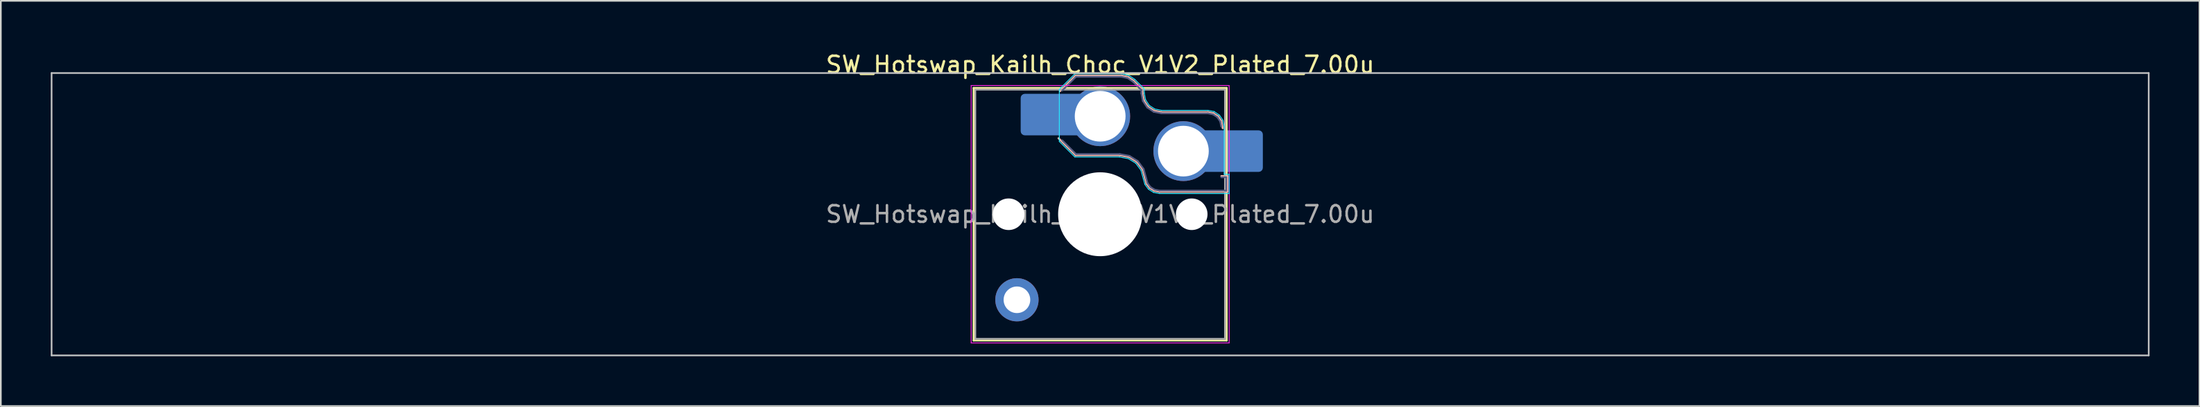
<source format=kicad_pcb>
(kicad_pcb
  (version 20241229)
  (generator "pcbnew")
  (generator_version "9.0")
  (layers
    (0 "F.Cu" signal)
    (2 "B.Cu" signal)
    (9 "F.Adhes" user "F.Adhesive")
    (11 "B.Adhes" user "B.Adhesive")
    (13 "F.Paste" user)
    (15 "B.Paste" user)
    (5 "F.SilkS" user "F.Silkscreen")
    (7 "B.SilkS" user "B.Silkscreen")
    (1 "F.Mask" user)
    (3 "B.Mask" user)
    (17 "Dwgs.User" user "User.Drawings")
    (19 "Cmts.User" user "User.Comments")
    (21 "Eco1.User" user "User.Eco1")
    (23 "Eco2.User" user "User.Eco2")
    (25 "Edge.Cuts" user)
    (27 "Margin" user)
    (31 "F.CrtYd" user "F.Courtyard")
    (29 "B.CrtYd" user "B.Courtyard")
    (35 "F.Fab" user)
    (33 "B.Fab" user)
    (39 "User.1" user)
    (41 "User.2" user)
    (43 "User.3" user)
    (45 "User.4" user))
  (footprint "SW_Hotswap_Kailh_Choc_V1V2_Plated_7.00u"
    (layer "F.Cu")
    (at 63.05 9.848)
    (property "Reference" "SW_Hotswap_Kailh_Choc_V1V2_Plated_7.00u" (at 0 -9 0) (layer "F.SilkS") (effects (font (size 1 1) (thickness 0.15))))
    (attr smd)
    (fp_line (start -7.6 -7.6) (end -7.6 7.6) (stroke (width 0.12) (type solid)) (layer "F.SilkS"))
    (fp_line (start -7.6 7.6) (end 7.6 7.6) (stroke (width 0.12) (type solid)) (layer "F.SilkS"))
    (fp_line (start 7.6 -7.6) (end -7.6 -7.6) (stroke (width 0.12) (type solid)) (layer "F.SilkS"))
    (fp_line (start 7.6 7.6) (end 7.6 -7.6) (stroke (width 0.12) (type solid)) (layer "F.SilkS"))
    (fp_line (start -2.416 -7.409) (end -1.479 -8.346) (stroke (width 0.12) (type solid)) (layer "B.SilkS"))
    (fp_line (start -1.479 -8.346) (end 1.268 -8.346) (stroke (width 0.12) (type solid)) (layer "B.SilkS"))
    (fp_line (start -1.479 -3.554) (end -2.5 -4.575) (stroke (width 0.12) (type solid)) (layer "B.SilkS"))
    (fp_line (start 1.168 -3.554) (end -1.479 -3.554) (stroke (width 0.12) (type solid)) (layer "B.SilkS"))
    (fp_line (start 1.268 -8.346) (end 1.671 -8.266) (stroke (width 0.12) (type solid)) (layer "B.SilkS"))
    (fp_line (start 1.671 -8.266) (end 2.013 -8.037) (stroke (width 0.12) (type solid)) (layer "B.SilkS"))
    (fp_line (start 1.73 -3.449) (end 1.168 -3.554) (stroke (width 0.12) (type solid)) (layer "B.SilkS"))
    (fp_line (start 2.013 -8.037) (end 2.546 -7.504) (stroke (width 0.12) (type solid)) (layer "B.SilkS"))
    (fp_line (start 2.209 -3.15) (end 1.73 -3.449) (stroke (width 0.12) (type solid)) (layer "B.SilkS"))
    (fp_line (start 2.546 -7.504) (end 2.546 -7.282) (stroke (width 0.12) (type solid)) (layer "B.SilkS"))
    (fp_line (start 2.546 -7.282) (end 2.633 -6.844) (stroke (width 0.12) (type solid)) (layer "B.SilkS"))
    (fp_line (start 2.547 -2.697) (end 2.209 -3.15) (stroke (width 0.12) (type solid)) (layer "B.SilkS"))
    (fp_line (start 2.633 -6.844) (end 2.877 -6.477) (stroke (width 0.12) (type solid)) (layer "B.SilkS"))
    (fp_line (start 2.701 -2.139) (end 2.547 -2.697) (stroke (width 0.12) (type solid)) (layer "B.SilkS"))
    (fp_line (start 2.783 -1.841) (end 2.701 -2.139) (stroke (width 0.12) (type solid)) (layer "B.SilkS"))
    (fp_line (start 2.877 -6.477) (end 3.244 -6.233) (stroke (width 0.12) (type solid)) (layer "B.SilkS"))
    (fp_line (start 2.976 -1.583) (end 2.783 -1.841) (stroke (width 0.12) (type solid)) (layer "B.SilkS"))
    (fp_line (start 3.244 -6.233) (end 3.682 -6.146) (stroke (width 0.12) (type solid)) (layer "B.SilkS"))
    (fp_line (start 3.25 -1.413) (end 2.976 -1.583) (stroke (width 0.12) (type solid)) (layer "B.SilkS"))
    (fp_line (start 3.56 -1.354) (end 3.25 -1.413) (stroke (width 0.12) (type solid)) (layer "B.SilkS"))
    (fp_line (start 3.682 -6.146) (end 6.482 -6.146) (stroke (width 0.12) (type solid)) (layer "B.SilkS"))
    (fp_line (start 6.482 -6.146) (end 6.809 -6.081) (stroke (width 0.12) (type solid)) (layer "B.SilkS"))
    (fp_line (start 6.809 -6.081) (end 7.092 -5.892) (stroke (width 0.12) (type solid)) (layer "B.SilkS"))
    (fp_line (start 7.092 -5.892) (end 7.281 -5.609) (stroke (width 0.12) (type solid)) (layer "B.SilkS"))
    (fp_line (start 7.281 -5.609) (end 7.366 -5.182) (stroke (width 0.12) (type solid)) (layer "B.SilkS"))
    (fp_line (start 7.283 -2.296) (end 7.646 -2.296) (stroke (width 0.12) (type solid)) (layer "B.SilkS"))
    (fp_line (start 7.646 -2.296) (end 7.646 -1.354) (stroke (width 0.12) (type solid)) (layer "B.SilkS"))
    (fp_line (start 7.646 -1.354) (end 3.56 -1.354) (stroke (width 0.12) (type solid)) (layer "B.SilkS"))
    (fp_line (start -63 -8.5) (end -63 8.5) (stroke (width 0.1) (type solid)) (layer "Dwgs.User"))
    (fp_line (start -63 8.5) (end 63 8.5) (stroke (width 0.1) (type solid)) (layer "Dwgs.User"))
    (fp_line (start 63 -8.5) (end -63 -8.5) (stroke (width 0.1) (type solid)) (layer "Dwgs.User"))
    (fp_line (start 63 8.5) (end 63 -8.5) (stroke (width 0.1) (type solid)) (layer "Dwgs.User"))
    (fp_line (start -7.25 -7.25) (end -7.25 7.25) (stroke (width 0.1) (type solid)) (layer "Eco1.User"))
    (fp_line (start -7.25 7.25) (end 7.25 7.25) (stroke (width 0.1) (type solid)) (layer "Eco1.User"))
    (fp_line (start 7.25 -7.25) (end -7.25 -7.25) (stroke (width 0.1) (type solid)) (layer "Eco1.User"))
    (fp_line (start 7.25 7.25) (end 7.25 -7.25) (stroke (width 0.1) (type solid)) (layer "Eco1.User"))
    (fp_line (start -2.452 -7.523) (end -1.523 -8.452) (stroke (width 0.05) (type solid)) (layer "B.CrtYd"))
    (fp_line (start -2.452 -4.377) (end -2.452 -7.523) (stroke (width 0.05) (type solid)) (layer "B.CrtYd"))
    (fp_line (start -1.523 -8.452) (end 1.278 -8.452) (stroke (width 0.05) (type solid)) (layer "B.CrtYd"))
    (fp_line (start -1.523 -3.448) (end -2.452 -4.377) (stroke (width 0.05) (type solid)) (layer "B.CrtYd"))
    (fp_line (start 1.159 -3.448) (end -1.523 -3.448) (stroke (width 0.05) (type solid)) (layer "B.CrtYd"))
    (fp_line (start 1.278 -8.452) (end 1.712 -8.366) (stroke (width 0.05) (type solid)) (layer "B.CrtYd"))
    (fp_line (start 1.691 -3.348) (end 1.159 -3.448) (stroke (width 0.05) (type solid)) (layer "B.CrtYd"))
    (fp_line (start 1.712 -8.366) (end 2.081 -8.119) (stroke (width 0.05) (type solid)) (layer "B.CrtYd"))
    (fp_line (start 2.081 -8.119) (end 2.652 -7.548) (stroke (width 0.05) (type solid)) (layer "B.CrtYd"))
    (fp_line (start 2.136 -3.071) (end 1.691 -3.348) (stroke (width 0.05) (type solid)) (layer "B.CrtYd"))
    (fp_line (start 2.45 -2.65) (end 2.136 -3.071) (stroke (width 0.05) (type solid)) (layer "B.CrtYd"))
    (fp_line (start 2.599 -2.111) (end 2.45 -2.65) (stroke (width 0.05) (type solid)) (layer "B.CrtYd"))
    (fp_line (start 2.652 -7.548) (end 2.652 -7.292) (stroke (width 0.05) (type solid)) (layer "B.CrtYd"))
    (fp_line (start 2.652 -7.292) (end 2.733 -6.885) (stroke (width 0.05) (type solid)) (layer "B.CrtYd"))
    (fp_line (start 2.687 -1.794) (end 2.599 -2.111) (stroke (width 0.05) (type solid)) (layer "B.CrtYd"))
    (fp_line (start 2.733 -6.885) (end 2.953 -6.553) (stroke (width 0.05) (type solid)) (layer "B.CrtYd"))
    (fp_line (start 2.903 -1.503) (end 2.687 -1.794) (stroke (width 0.05) (type solid)) (layer "B.CrtYd"))
    (fp_line (start 2.953 -6.553) (end 3.285 -6.333) (stroke (width 0.05) (type solid)) (layer "B.CrtYd"))
    (fp_line (start 3.211 -1.312) (end 2.903 -1.503) (stroke (width 0.05) (type solid)) (layer "B.CrtYd"))
    (fp_line (start 3.285 -6.333) (end 3.692 -6.252) (stroke (width 0.05) (type solid)) (layer "B.CrtYd"))
    (fp_line (start 3.55 -1.248) (end 3.211 -1.312) (stroke (width 0.05) (type solid)) (layer "B.CrtYd"))
    (fp_line (start 3.692 -6.252) (end 6.492 -6.252) (stroke (width 0.05) (type solid)) (layer "B.CrtYd"))
    (fp_line (start 6.492 -6.252) (end 6.85 -6.181) (stroke (width 0.05) (type solid)) (layer "B.CrtYd"))
    (fp_line (start 6.85 -6.181) (end 7.168 -5.968) (stroke (width 0.05) (type solid)) (layer "B.CrtYd"))
    (fp_line (start 7.168 -5.968) (end 7.381 -5.65) (stroke (width 0.05) (type solid)) (layer "B.CrtYd"))
    (fp_line (start 7.381 -5.65) (end 7.452 -5.292) (stroke (width 0.05) (type solid)) (layer "B.CrtYd"))
    (fp_line (start 7.452 -5.292) (end 7.452 -2.402) (stroke (width 0.05) (type solid)) (layer "B.CrtYd"))
    (fp_line (start 7.452 -2.402) (end 7.752 -2.402) (stroke (width 0.05) (type solid)) (layer "B.CrtYd"))
    (fp_line (start 7.752 -2.402) (end 7.752 -1.248) (stroke (width 0.05) (type solid)) (layer "B.CrtYd"))
    (fp_line (start 7.752 -1.248) (end 3.55 -1.248) (stroke (width 0.05) (type solid)) (layer "B.CrtYd"))
    (fp_line (start -7.75 -7.75) (end -7.75 7.75) (stroke (width 0.05) (type solid)) (layer "F.CrtYd"))
    (fp_line (start -7.75 7.75) (end 7.75 7.75) (stroke (width 0.05) (type solid)) (layer "F.CrtYd"))
    (fp_line (start 7.75 -7.75) (end -7.75 -7.75) (stroke (width 0.05) (type solid)) (layer "F.CrtYd"))
    (fp_line (start 7.75 7.75) (end 7.75 -7.75) (stroke (width 0.05) (type solid)) (layer "F.CrtYd"))
    (fp_line (start -2.275 -7.45) (end -1.45 -8.275) (stroke (width 0.1) (type solid)) (layer "B.Fab"))
    (fp_line (start -1.45 -8.275) (end 1.261 -8.275) (stroke (width 0.1) (type solid)) (layer "B.Fab"))
    (fp_line (start -1.45 -3.625) (end -2.275 -4.45) (stroke (width 0.1) (type solid)) (layer "B.Fab"))
    (fp_line (start 1.175 -3.625) (end -1.45 -3.625) (stroke (width 0.1) (type solid)) (layer "B.Fab"))
    (fp_line (start 1.261 -8.275) (end 1.643 -8.199) (stroke (width 0.1) (type solid)) (layer "B.Fab"))
    (fp_line (start 1.643 -8.199) (end 1.968 -7.982) (stroke (width 0.1) (type solid)) (layer "B.Fab"))
    (fp_line (start 1.756 -3.516) (end 1.175 -3.625) (stroke (width 0.1) (type solid)) (layer "B.Fab"))
    (fp_line (start 1.968 -7.982) (end 2.475 -7.475) (stroke (width 0.1) (type solid)) (layer "B.Fab"))
    (fp_line (start 2.258 -3.203) (end 1.756 -3.516) (stroke (width 0.1) (type solid)) (layer "B.Fab"))
    (fp_line (start 2.475 -7.475) (end 2.475 -7.275) (stroke (width 0.1) (type solid)) (layer "B.Fab"))
    (fp_line (start 2.475 -7.275) (end 2.566 -6.816) (stroke (width 0.1) (type solid)) (layer "B.Fab"))
    (fp_line (start 2.566 -6.816) (end 2.826 -6.426) (stroke (width 0.1) (type solid)) (layer "B.Fab"))
    (fp_line (start 2.612 -2.729) (end 2.258 -3.203) (stroke (width 0.1) (type solid)) (layer "B.Fab"))
    (fp_line (start 2.769 -2.158) (end 2.612 -2.729) (stroke (width 0.1) (type solid)) (layer "B.Fab"))
    (fp_line (start 2.826 -6.426) (end 3.216 -6.166) (stroke (width 0.1) (type solid)) (layer "B.Fab"))
    (fp_line (start 2.848 -1.873) (end 2.769 -2.158) (stroke (width 0.1) (type solid)) (layer "B.Fab"))
    (fp_line (start 3.025 -1.636) (end 2.848 -1.873) (stroke (width 0.1) (type solid)) (layer "B.Fab"))
    (fp_line (start 3.216 -6.166) (end 3.675 -6.075) (stroke (width 0.1) (type solid)) (layer "B.Fab"))
    (fp_line (start 3.276 -1.48) (end 3.025 -1.636) (stroke (width 0.1) (type solid)) (layer "B.Fab"))
    (fp_line (start 3.567 -1.425) (end 3.276 -1.48) (stroke (width 0.1) (type solid)) (layer "B.Fab"))
    (fp_line (start 3.675 -6.075) (end 6.475 -6.075) (stroke (width 0.1) (type solid)) (layer "B.Fab"))
    (fp_line (start 6.475 -6.075) (end 6.781 -6.014) (stroke (width 0.1) (type solid)) (layer "B.Fab"))
    (fp_line (start 6.781 -6.014) (end 7.041 -5.841) (stroke (width 0.1) (type solid)) (layer "B.Fab"))
    (fp_line (start 7.041 -5.841) (end 7.214 -5.581) (stroke (width 0.1) (type solid)) (layer "B.Fab"))
    (fp_line (start 7.214 -5.581) (end 7.275 -5.275) (stroke (width 0.1) (type solid)) (layer "B.Fab"))
    (fp_line (start 7.275 -2.225) (end 7.575 -2.225) (stroke (width 0.1) (type solid)) (layer "B.Fab"))
    (fp_line (start 7.575 -2.225) (end 7.575 -1.425) (stroke (width 0.1) (type solid)) (layer "B.Fab"))
    (fp_line (start 7.575 -1.425) (end 3.567 -1.425) (stroke (width 0.1) (type solid)) (layer "B.Fab"))
    (fp_line (start -7.5 -7.5) (end -7.5 7.5) (stroke (width 0.1) (type solid)) (layer "F.Fab"))
    (fp_line (start -7.5 7.5) (end 7.5 7.5) (stroke (width 0.1) (type solid)) (layer "F.Fab"))
    (fp_line (start 7.5 -7.5) (end -7.5 -7.5) (stroke (width 0.1) (type solid)) (layer "F.Fab"))
    (fp_line (start 7.5 7.5) (end 7.5 -7.5) (stroke (width 0.1) (type solid)) (layer "F.Fab"))
    (fp_text user "${REFERENCE}" (at 0 0 0) (layer "F.Fab") (effects (font (size 1 1) (thickness 0.15))))
    (pad "" np_thru_hole circle (at -5.5 0) (size 1.9 1.9) (drill 1.9) (layers "*.Cu" "*.Mask"))
    (pad "" thru_hole circle (at -5 5.15) (size 2.6 2.6) (drill 1.6) (layers "*.Cu" "*.Mask"))
    (pad "" smd roundrect (at -3.5 -6) (size 2.55 2.5) (layers "B.Mask" "B.Paste") (roundrect_rratio 0.1))
    (pad "" np_thru_hole circle (at 0 0) (size 5.05 5.05) (drill 5.05) (layers "*.Cu" "*.Mask"))
    (pad "" np_thru_hole circle (at 5.5 0) (size 1.9 1.9) (drill 1.9) (layers "*.Cu" "*.Mask"))
    (pad "" smd roundrect (at 8.5 -3.8) (size 2.55 2.5) (layers "B.Mask" "B.Paste") (roundrect_rratio 0.1))
    (pad "1" smd roundrect (at -2.85 -6) (size 3.85 2.5) (layers "B.Cu") (roundrect_rratio 0.1))
    (pad "1" thru_hole circle (at 0 -5.9) (size 3.6 3.6) (drill 3.05) (layers "*.Cu" "*.Mask"))
    (pad "2" thru_hole circle (at 5 -3.8) (size 3.6 3.6) (drill 3.05) (layers "*.Cu" "*.Mask"))
    (pad "2" smd roundrect (at 7.85 -3.8) (size 3.85 2.5) (layers "B.Cu") (roundrect_rratio 0.1)))
  (gr_rect
    (start -3 -3)
    (end 129.1 21.398)
    (stroke (width 0.1) (type default))
    (fill no)
    (layer "Edge.Cuts")))
</source>
